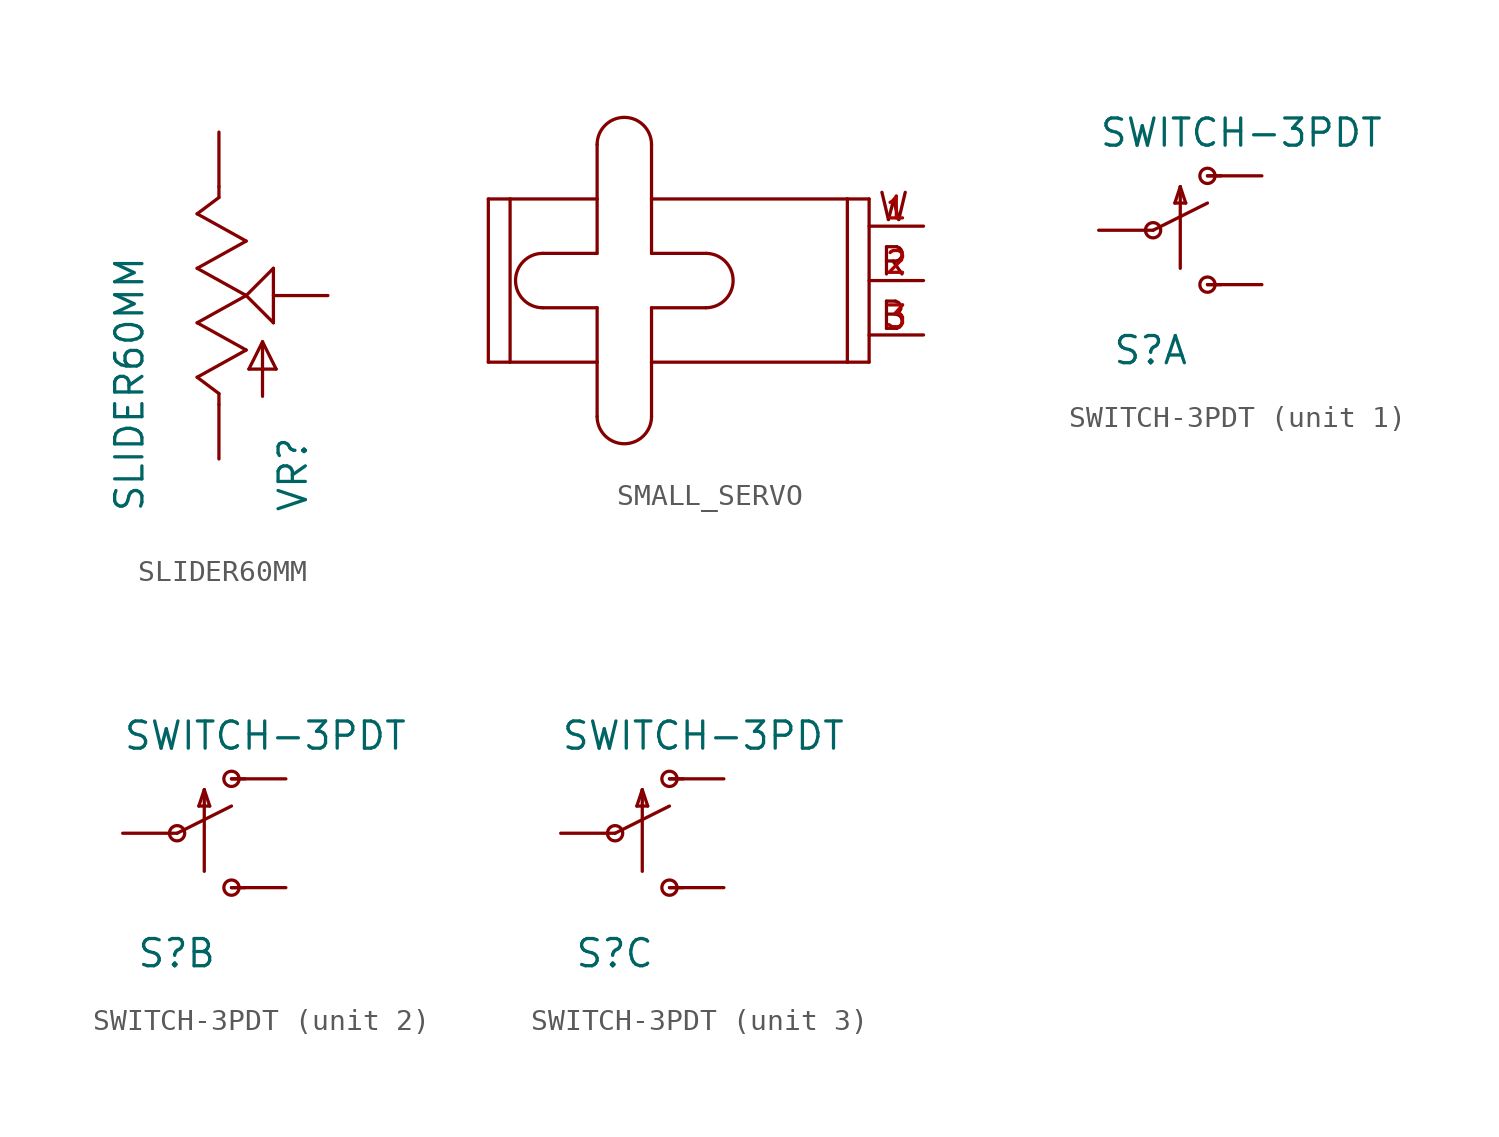
<source format=kicad_sym>
(kicad_symbol_lib
  (version 20211014)
  (generator kicad_symbol_editor)
  (symbol "SLIDER60MM"
    (pin_numbers hide)
    (pin_names
      (offset 1.016) hide)
    (property "Reference" "VR"
      (at 4.191 -10.16 90)
      (effects (font (size 1.27 1.27)) (justify left bottom)))
    (property "Value" "SLIDER60MM"
      (at -3.429 -10.16 90)
      (effects (font (size 1.27 1.27)) (justify left bottom)))
    (property "ki_locked" ""
      (at 0 0 0)
      (effects (font (size 1.27 1.27))))
    (symbol "SLIDER60MM_1_0"
      (polyline (pts (xy -1.016 -3.81) (xy 1.27 -2.54)) (stroke (width 0) (type default) (color 0 0 0 0)) (fill (type none)))
      (polyline (pts (xy -1.016 -1.27) (xy 1.27 0)) (stroke (width 0) (type default) (color 0 0 0 0)) (fill (type none)))
      (polyline (pts (xy -1.016 1.27) (xy 1.27 2.54)) (stroke (width 0) (type default) (color 0 0 0 0)) (fill (type none)))
      (polyline (pts (xy -1.016 3.81) (xy 0 4.572)) (stroke (width 0) (type default) (color 0 0 0 0)) (fill (type none)))
      (polyline (pts (xy 0 -5.08) (xy 0 -4.572)) (stroke (width 0) (type default) (color 0 0 0 0)) (fill (type none)))
      (polyline (pts (xy 0 -4.572) (xy -1.016 -3.81)) (stroke (width 0) (type default) (color 0 0 0 0)) (fill (type none)))
      (polyline (pts (xy 0 4.572) (xy 0 5.08)) (stroke (width 0) (type default) (color 0 0 0 0)) (fill (type none)))
      (polyline (pts (xy 1.27 -2.54) (xy -1.016 -1.27)) (stroke (width 0) (type default) (color 0 0 0 0)) (fill (type none)))
      (polyline (pts (xy 1.27 0) (xy -1.016 1.27)) (stroke (width 0) (type default) (color 0 0 0 0)) (fill (type none)))
      (polyline (pts (xy 1.27 0) (xy 2.54 1.27)) (stroke (width 0) (type default) (color 0 0 0 0)) (fill (type none)))
      (polyline (pts (xy 1.27 2.54) (xy -1.016 3.81)) (stroke (width 0) (type default) (color 0 0 0 0)) (fill (type none)))
      (polyline (pts (xy 1.397 -3.429) (xy 2.032 -2.159)) (stroke (width 0) (type default) (color 0 0 0 0)) (fill (type none)))
      (polyline (pts (xy 2.032 -4.699) (xy 2.032 -2.159)) (stroke (width 0) (type default) (color 0 0 0 0)) (fill (type none)))
      (polyline (pts (xy 2.032 -2.159) (xy 2.667 -3.429)) (stroke (width 0) (type default) (color 0 0 0 0)) (fill (type none)))
      (polyline (pts (xy 2.54 -1.27) (xy 1.27 0)) (stroke (width 0) (type default) (color 0 0 0 0)) (fill (type none)))
      (polyline (pts (xy 2.54 1.27) (xy 2.54 -1.27)) (stroke (width 0) (type default) (color 0 0 0 0)) (fill (type none)))
      (polyline (pts (xy 2.667 -3.429) (xy 1.397 -3.429)) (stroke (width 0) (type default) (color 0 0 0 0)) (fill (type none))))
    (symbol "SLIDER60MM_1_1"
      (pin passive line (at 0 7.62 270) (length 2.54) (name "E" (effects (font (size 1.016 1.016)))) (number "1" (effects (font (size 1.016 1.016)))))
      (pin passive line (at 5.08 0 180) (length 2.54) (name "S" (effects (font (size 1.016 1.016)))) (number "2A" (effects (font (size 1.016 1.016)))))
      (pin passive line (at 0 -7.62 90) (length 2.54) (name "A" (effects (font (size 1.016 1.016)))) (number "3" (effects (font (size 1.016 1.016)))))))
  (symbol "SMALL_SERVO"
    (pin_names
      (offset 1.016) hide)
    (property "Reference" "M"
      (at 0 0 0)
      (effects (font (size 1.27 1.27)) hide))
    (property "ki_locked" ""
      (at 0 0 0)
      (effects (font (size 1.27 1.27))))
    (symbol "SMALL_SERVO_1_0"
      (polyline (pts (xy -17.78 -6.35) (xy -16.764 -6.35)) (stroke (width 0) (type default) (color 0 0 0 0)) (fill (type none)))
      (polyline (pts (xy -17.78 1.27) (xy -17.78 -6.35)) (stroke (width 0) (type default) (color 0 0 0 0)) (fill (type none)))
      (polyline (pts (xy -16.764 -6.35) (xy -12.7 -6.35)) (stroke (width 0) (type default) (color 0 0 0 0)) (fill (type none)))
      (polyline (pts (xy -16.764 1.27) (xy -17.78 1.27)) (stroke (width 0) (type default) (color 0 0 0 0)) (fill (type none)))
      (polyline (pts (xy -16.764 1.27) (xy -16.764 -6.35)) (stroke (width 0) (type default) (color 0 0 0 0)) (fill (type none)))
      (polyline (pts (xy -15.24 -3.81) (xy -12.7 -3.81)) (stroke (width 0) (type default) (color 0 0 0 0)) (fill (type none)))
      (polyline (pts (xy -15.24 -1.27) (xy -12.7 -1.27)) (stroke (width 0) (type default) (color 0 0 0 0)) (fill (type none)))
      (polyline (pts (xy -12.7 -6.35) (xy -12.7 -8.89)) (stroke (width 0) (type default) (color 0 0 0 0)) (fill (type none)))
      (polyline (pts (xy -12.7 -3.81) (xy -12.7 -6.35)) (stroke (width 0) (type default) (color 0 0 0 0)) (fill (type none)))
      (polyline (pts (xy -12.7 -1.27) (xy -12.7 1.27)) (stroke (width 0) (type default) (color 0 0 0 0)) (fill (type none)))
      (polyline (pts (xy -12.7 1.27) (xy -16.764 1.27)) (stroke (width 0) (type default) (color 0 0 0 0)) (fill (type none)))
      (polyline (pts (xy -12.7 1.27) (xy -12.7 3.81)) (stroke (width 0) (type default) (color 0 0 0 0)) (fill (type none)))
      (polyline (pts (xy -10.16 -6.35) (xy -10.16 -8.89)) (stroke (width 0) (type default) (color 0 0 0 0)) (fill (type none)))
      (polyline (pts (xy -10.16 -6.35) (xy -1.016 -6.35)) (stroke (width 0) (type default) (color 0 0 0 0)) (fill (type none)))
      (polyline (pts (xy -10.16 -3.81) (xy -10.16 -6.35)) (stroke (width 0) (type default) (color 0 0 0 0)) (fill (type none)))
      (polyline (pts (xy -10.16 -1.27) (xy -7.62 -1.27)) (stroke (width 0) (type default) (color 0 0 0 0)) (fill (type none)))
      (polyline (pts (xy -10.16 1.27) (xy -10.16 -1.27)) (stroke (width 0) (type default) (color 0 0 0 0)) (fill (type none)))
      (polyline (pts (xy -10.16 3.81) (xy -10.16 1.27)) (stroke (width 0) (type default) (color 0 0 0 0)) (fill (type none)))
      (polyline (pts (xy -7.62 -3.81) (xy -10.16 -3.81)) (stroke (width 0) (type default) (color 0 0 0 0)) (fill (type none)))
      (polyline (pts (xy -1.016 -6.35) (xy 0 -6.35)) (stroke (width 0) (type default) (color 0 0 0 0)) (fill (type none)))
      (polyline (pts (xy -1.016 1.27) (xy -10.16 1.27)) (stroke (width 0) (type default) (color 0 0 0 0)) (fill (type none)))
      (polyline (pts (xy -1.016 1.27) (xy -1.016 -6.35)) (stroke (width 0) (type default) (color 0 0 0 0)) (fill (type none)))
      (polyline (pts (xy 0 -6.35) (xy 0 1.27)) (stroke (width 0) (type default) (color 0 0 0 0)) (fill (type none)))
      (polyline (pts (xy 0 1.27) (xy -1.016 1.27)) (stroke (width 0) (type default) (color 0 0 0 0)) (fill (type none)))
      (text "B" (at 1.143 -4.191 0) (effects (font (size 1.27 1.27))))
      (text "R" (at 1.143 -1.651 0) (effects (font (size 1.27 1.27))))
      (text "W" (at 1.143 0.889 0) (effects (font (size 1.27 1.27)))))
    (symbol "SMALL_SERVO_1_1"
      (arc (start -15.24 -1.27) (mid -16.51 -2.54) (end -15.24 -3.81) (stroke (width 0) (type default) (color 0 0 0 0)) (fill (type none)))
      (arc (start -12.7 -8.89) (mid -11.43 -10.16) (end -10.16 -8.89) (stroke (width 0) (type default) (color 0 0 0 0)) (fill (type none)))
      (arc (start -10.16 3.81) (mid -11.43 5.08) (end -12.7 3.81) (stroke (width 0) (type default) (color 0 0 0 0)) (fill (type none)))
      (arc (start -7.62 -3.81) (mid -6.35 -2.54) (end -7.62 -1.27) (stroke (width 0) (type default) (color 0 0 0 0)) (fill (type none)))
      (pin bidirectional line (at 2.54 0 180) (length 2.54) (name "SIG" (effects (font (size 1.016 1.016)))) (number "1" (effects (font (size 1.016 1.016)))))
      (pin bidirectional line (at 2.54 -2.54 180) (length 2.54) (name "V+" (effects (font (size 1.016 1.016)))) (number "2" (effects (font (size 1.016 1.016)))))
      (pin bidirectional line (at 2.54 -5.08 180) (length 2.54) (name "GND" (effects (font (size 1.016 1.016)))) (number "3" (effects (font (size 1.016 1.016)))))))
  (symbol "SWITCH-3PDT"
    (pin_numbers hide)
    (pin_names
      (offset 1.016) hide)
    (property "Reference" "S"
      (at -4.445 -6.35 0)
      (effects (font (size 1.27 1.27)) (justify left bottom)))
    (property "Value" "SWITCH-3PDT"
      (at -5.08 3.81 0)
      (effects (font (size 1.27 1.27)) (justify left bottom)))
    (property "ki_locked" ""
      (at 0 0 0)
      (effects (font (size 1.27 1.27))))
    (symbol "SWITCH-3PDT_1_0"
      (polyline (pts (xy -2.54 0) (xy 0 1.27)) (stroke (width 0) (type default) (color 0 0 0 0)) (fill (type none)))
      (polyline (pts (xy -1.524 1.27) (xy -1.016 1.27)) (stroke (width 0) (type default) (color 0 0 0 0)) (fill (type none)))
      (polyline (pts (xy -1.27 -1.778) (xy -1.27 2.032)) (stroke (width 0) (type default) (color 0 0 0 0)) (fill (type none)))
      (polyline (pts (xy -1.27 2.032) (xy -1.524 1.27)) (stroke (width 0) (type default) (color 0 0 0 0)) (fill (type none)))
      (polyline (pts (xy -1.016 1.27) (xy -1.27 2.032)) (stroke (width 0) (type default) (color 0 0 0 0)) (fill (type none)))
      (polyline (pts (xy 0 -2.54) (xy 0.635 -2.54)) (stroke (width 0) (type default) (color 0 0 0 0)) (fill (type none)))
      (polyline (pts (xy 0 2.54) (xy 0.635 2.54)) (stroke (width 0) (type default) (color 0 0 0 0)) (fill (type none))))
    (symbol "SWITCH-3PDT_1_1"
      (circle (center -2.54 0) (radius 0.356) (stroke (width 0) (type default) (color 0 0 0 0)) (fill (type none)))
      (circle (center 0 -2.54) (radius 0.356) (stroke (width 0) (type default) (color 0 0 0 0)) (fill (type none)))
      (circle (center 0 2.54) (radius 0.356) (stroke (width 0) (type default) (color 0 0 0 0)) (fill (type none)))
      (pin passive line (at 2.54 2.54 180) (length 2.54) (name "O" (effects (font (size 1.016 1.016)))) (number "P$1" (effects (font (size 1.016 1.016)))))
      (pin passive line (at -5.08 0 0) (length 2.54) (name "P" (effects (font (size 1.016 1.016)))) (number "P$2" (effects (font (size 1.016 1.016)))))
      (pin passive line (at 2.54 -2.54 180) (length 2.54) (name "S" (effects (font (size 1.016 1.016)))) (number "P$3" (effects (font (size 1.016 1.016))))))
    (symbol "SWITCH-3PDT_2_0"
      (polyline (pts (xy -2.54 0) (xy 0 1.27)) (stroke (width 0) (type default) (color 0 0 0 0)) (fill (type none)))
      (polyline (pts (xy -1.524 1.27) (xy -1.016 1.27)) (stroke (width 0) (type default) (color 0 0 0 0)) (fill (type none)))
      (polyline (pts (xy -1.27 -1.778) (xy -1.27 2.032)) (stroke (width 0) (type default) (color 0 0 0 0)) (fill (type none)))
      (polyline (pts (xy -1.27 2.032) (xy -1.524 1.27)) (stroke (width 0) (type default) (color 0 0 0 0)) (fill (type none)))
      (polyline (pts (xy -1.016 1.27) (xy -1.27 2.032)) (stroke (width 0) (type default) (color 0 0 0 0)) (fill (type none)))
      (polyline (pts (xy 0 -2.54) (xy 0.635 -2.54)) (stroke (width 0) (type default) (color 0 0 0 0)) (fill (type none)))
      (polyline (pts (xy 0 2.54) (xy 0.635 2.54)) (stroke (width 0) (type default) (color 0 0 0 0)) (fill (type none))))
    (symbol "SWITCH-3PDT_2_1"
      (circle (center -2.54 0) (radius 0.356) (stroke (width 0) (type default) (color 0 0 0 0)) (fill (type none)))
      (circle (center 0 -2.54) (radius 0.356) (stroke (width 0) (type default) (color 0 0 0 0)) (fill (type none)))
      (circle (center 0 2.54) (radius 0.356) (stroke (width 0) (type default) (color 0 0 0 0)) (fill (type none)))
      (pin passive line (at 2.54 2.54 180) (length 2.54) (name "O" (effects (font (size 1.016 1.016)))) (number "P$4" (effects (font (size 1.016 1.016)))))
      (pin passive line (at -5.08 0 0) (length 2.54) (name "P" (effects (font (size 1.016 1.016)))) (number "P$5" (effects (font (size 1.016 1.016)))))
      (pin passive line (at 2.54 -2.54 180) (length 2.54) (name "S" (effects (font (size 1.016 1.016)))) (number "P$6" (effects (font (size 1.016 1.016))))))
    (symbol "SWITCH-3PDT_3_0"
      (polyline (pts (xy -2.54 0) (xy 0 1.27)) (stroke (width 0) (type default) (color 0 0 0 0)) (fill (type none)))
      (polyline (pts (xy -1.524 1.27) (xy -1.016 1.27)) (stroke (width 0) (type default) (color 0 0 0 0)) (fill (type none)))
      (polyline (pts (xy -1.27 -1.778) (xy -1.27 2.032)) (stroke (width 0) (type default) (color 0 0 0 0)) (fill (type none)))
      (polyline (pts (xy -1.27 2.032) (xy -1.524 1.27)) (stroke (width 0) (type default) (color 0 0 0 0)) (fill (type none)))
      (polyline (pts (xy -1.016 1.27) (xy -1.27 2.032)) (stroke (width 0) (type default) (color 0 0 0 0)) (fill (type none)))
      (polyline (pts (xy 0 -2.54) (xy 0.635 -2.54)) (stroke (width 0) (type default) (color 0 0 0 0)) (fill (type none)))
      (polyline (pts (xy 0 2.54) (xy 0.635 2.54)) (stroke (width 0) (type default) (color 0 0 0 0)) (fill (type none))))
    (symbol "SWITCH-3PDT_3_1"
      (circle (center -2.54 0) (radius 0.356) (stroke (width 0) (type default) (color 0 0 0 0)) (fill (type none)))
      (circle (center 0 -2.54) (radius 0.356) (stroke (width 0) (type default) (color 0 0 0 0)) (fill (type none)))
      (circle (center 0 2.54) (radius 0.356) (stroke (width 0) (type default) (color 0 0 0 0)) (fill (type none)))
      (pin passive line (at 2.54 2.54 180) (length 2.54) (name "O" (effects (font (size 1.016 1.016)))) (number "P$7" (effects (font (size 1.016 1.016)))))
      (pin passive line (at -5.08 0 0) (length 2.54) (name "P" (effects (font (size 1.016 1.016)))) (number "P$8" (effects (font (size 1.016 1.016)))))
      (pin passive line (at 2.54 -2.54 180) (length 2.54) (name "S" (effects (font (size 1.016 1.016)))) (number "P$9" (effects (font (size 1.016 1.016))))))))
</source>
